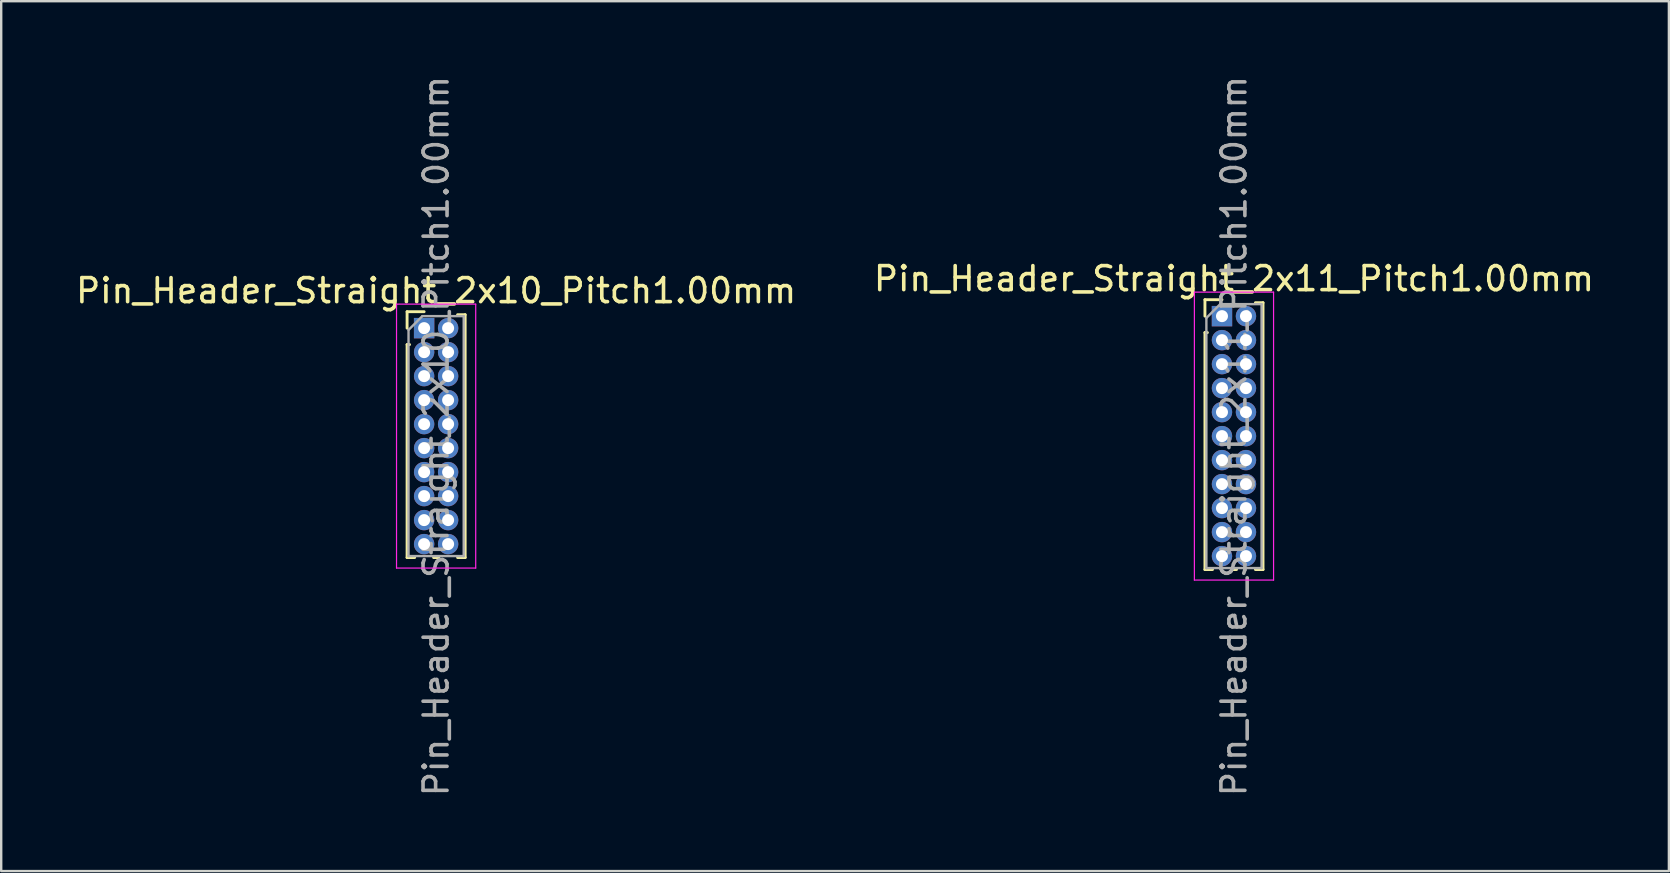
<source format=kicad_pcb>
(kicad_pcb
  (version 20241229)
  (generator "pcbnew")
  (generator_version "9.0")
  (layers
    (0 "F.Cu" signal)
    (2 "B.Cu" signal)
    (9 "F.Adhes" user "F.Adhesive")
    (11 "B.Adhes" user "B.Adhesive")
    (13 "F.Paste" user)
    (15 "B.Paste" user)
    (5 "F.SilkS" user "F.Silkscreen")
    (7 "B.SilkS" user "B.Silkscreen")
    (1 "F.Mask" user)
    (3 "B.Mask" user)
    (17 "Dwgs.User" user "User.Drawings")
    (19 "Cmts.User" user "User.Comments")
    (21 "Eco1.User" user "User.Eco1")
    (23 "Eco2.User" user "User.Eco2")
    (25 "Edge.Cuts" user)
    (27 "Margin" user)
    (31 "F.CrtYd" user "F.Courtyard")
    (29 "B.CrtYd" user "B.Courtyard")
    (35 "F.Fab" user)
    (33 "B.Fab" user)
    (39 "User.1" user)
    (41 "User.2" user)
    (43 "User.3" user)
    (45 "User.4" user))
  (footprint "Pin_Header_Straight_2x10_Pitch1.00mm"
    (layer "F.Cu")
    (at 14.625 10.625)
    (property "Reference" "Pin_Header_Straight_2x10_Pitch1.00mm" (at 0.5 -1.56 0) (layer "F.SilkS") (effects (font (size 1 1) (thickness 0.15))))
    (attr through_hole)
    (fp_line (start -0.71 -0.685) (end 0 -0.685) (stroke (width 0.12) (type solid)) (layer "F.SilkS"))
    (fp_line (start -0.71 0) (end -0.71 -0.685) (stroke (width 0.12) (type solid)) (layer "F.SilkS"))
    (fp_line (start -0.71 0.685) (end -0.71 9.56) (stroke (width 0.12) (type solid)) (layer "F.SilkS"))
    (fp_line (start -0.71 0.685) (end -0.608 0.685) (stroke (width 0.12) (type solid)) (layer "F.SilkS"))
    (fp_line (start -0.71 9.56) (end -0.394 9.56) (stroke (width 0.12) (type solid)) (layer "F.SilkS"))
    (fp_line (start 0.394 9.56) (end 0.606 9.56) (stroke (width 0.12) (type solid)) (layer "F.SilkS"))
    (fp_line (start 1.394 -0.56) (end 1.71 -0.56) (stroke (width 0.12) (type solid)) (layer "F.SilkS"))
    (fp_line (start 1.394 9.56) (end 1.71 9.56) (stroke (width 0.12) (type solid)) (layer "F.SilkS"))
    (fp_line (start 1.71 -0.56) (end 1.71 9.56) (stroke (width 0.12) (type solid)) (layer "F.SilkS"))
    (fp_line (start -1.15 -1) (end -1.15 10) (stroke (width 0.05) (type solid)) (layer "F.CrtYd"))
    (fp_line (start -1.15 10) (end 2.15 10) (stroke (width 0.05) (type solid)) (layer "F.CrtYd"))
    (fp_line (start 2.15 -1) (end -1.15 -1) (stroke (width 0.05) (type solid)) (layer "F.CrtYd"))
    (fp_line (start 2.15 10) (end 2.15 -1) (stroke (width 0.05) (type solid)) (layer "F.CrtYd"))
    (fp_line (start -0.65 0.075) (end -0.075 -0.5) (stroke (width 0.1) (type solid)) (layer "F.Fab"))
    (fp_line (start -0.65 9.5) (end -0.65 0.075) (stroke (width 0.1) (type solid)) (layer "F.Fab"))
    (fp_line (start -0.075 -0.5) (end 1.65 -0.5) (stroke (width 0.1) (type solid)) (layer "F.Fab"))
    (fp_line (start 1.65 -0.5) (end 1.65 9.5) (stroke (width 0.1) (type solid)) (layer "F.Fab"))
    (fp_line (start 1.65 9.5) (end -0.65 9.5) (stroke (width 0.1) (type solid)) (layer "F.Fab"))
    (fp_text user "${REFERENCE}" (at 0.5 4.5 90) (layer "F.Fab") (effects (font (size 1 1) (thickness 0.15))))
    (pad "1" thru_hole rect (at 0 0) (size 0.85 0.85) (drill 0.5) (layers "*.Cu" "*.Mask"))
    (pad "2" thru_hole oval (at 1 0) (size 0.85 0.85) (drill 0.5) (layers "*.Cu" "*.Mask"))
    (pad "3" thru_hole oval (at 0 1) (size 0.85 0.85) (drill 0.5) (layers "*.Cu" "*.Mask"))
    (pad "4" thru_hole oval (at 1 1) (size 0.85 0.85) (drill 0.5) (layers "*.Cu" "*.Mask"))
    (pad "5" thru_hole oval (at 0 2) (size 0.85 0.85) (drill 0.5) (layers "*.Cu" "*.Mask"))
    (pad "6" thru_hole oval (at 1 2) (size 0.85 0.85) (drill 0.5) (layers "*.Cu" "*.Mask"))
    (pad "7" thru_hole oval (at 0 3) (size 0.85 0.85) (drill 0.5) (layers "*.Cu" "*.Mask"))
    (pad "8" thru_hole oval (at 1 3) (size 0.85 0.85) (drill 0.5) (layers "*.Cu" "*.Mask"))
    (pad "9" thru_hole oval (at 0 4) (size 0.85 0.85) (drill 0.5) (layers "*.Cu" "*.Mask"))
    (pad "10" thru_hole oval (at 1 4) (size 0.85 0.85) (drill 0.5) (layers "*.Cu" "*.Mask"))
    (pad "11" thru_hole oval (at 0 5) (size 0.85 0.85) (drill 0.5) (layers "*.Cu" "*.Mask"))
    (pad "12" thru_hole oval (at 1 5) (size 0.85 0.85) (drill 0.5) (layers "*.Cu" "*.Mask"))
    (pad "13" thru_hole oval (at 0 6) (size 0.85 0.85) (drill 0.5) (layers "*.Cu" "*.Mask"))
    (pad "14" thru_hole oval (at 1 6) (size 0.85 0.85) (drill 0.5) (layers "*.Cu" "*.Mask"))
    (pad "15" thru_hole oval (at 0 7) (size 0.85 0.85) (drill 0.5) (layers "*.Cu" "*.Mask"))
    (pad "16" thru_hole oval (at 1 7) (size 0.85 0.85) (drill 0.5) (layers "*.Cu" "*.Mask"))
    (pad "17" thru_hole oval (at 0 8) (size 0.85 0.85) (drill 0.5) (layers "*.Cu" "*.Mask"))
    (pad "18" thru_hole oval (at 1 8) (size 0.85 0.85) (drill 0.5) (layers "*.Cu" "*.Mask"))
    (pad "19" thru_hole oval (at 0 9) (size 0.85 0.85) (drill 0.5) (layers "*.Cu" "*.Mask"))
    (pad "20" thru_hole oval (at 1 9) (size 0.85 0.85) (drill 0.5) (layers "*.Cu" "*.Mask")))
  (footprint "Pin_Header_Straight_2x11_Pitch1.00mm"
    (layer "F.Cu")
    (at 47.875 10.125)
    (property "Reference" "Pin_Header_Straight_2x11_Pitch1.00mm" (at 0.5 -1.56 0) (layer "F.SilkS") (effects (font (size 1 1) (thickness 0.15))))
    (attr through_hole)
    (fp_line (start -0.71 -0.685) (end 0 -0.685) (stroke (width 0.12) (type solid)) (layer "F.SilkS"))
    (fp_line (start -0.71 0) (end -0.71 -0.685) (stroke (width 0.12) (type solid)) (layer "F.SilkS"))
    (fp_line (start -0.71 0.685) (end -0.71 10.56) (stroke (width 0.12) (type solid)) (layer "F.SilkS"))
    (fp_line (start -0.71 0.685) (end -0.608 0.685) (stroke (width 0.12) (type solid)) (layer "F.SilkS"))
    (fp_line (start -0.71 10.56) (end -0.394 10.56) (stroke (width 0.12) (type solid)) (layer "F.SilkS"))
    (fp_line (start 0.394 10.56) (end 0.606 10.56) (stroke (width 0.12) (type solid)) (layer "F.SilkS"))
    (fp_line (start 1.394 -0.56) (end 1.71 -0.56) (stroke (width 0.12) (type solid)) (layer "F.SilkS"))
    (fp_line (start 1.394 10.56) (end 1.71 10.56) (stroke (width 0.12) (type solid)) (layer "F.SilkS"))
    (fp_line (start 1.71 -0.56) (end 1.71 10.56) (stroke (width 0.12) (type solid)) (layer "F.SilkS"))
    (fp_line (start -1.15 -1) (end -1.15 11) (stroke (width 0.05) (type solid)) (layer "F.CrtYd"))
    (fp_line (start -1.15 11) (end 2.15 11) (stroke (width 0.05) (type solid)) (layer "F.CrtYd"))
    (fp_line (start 2.15 -1) (end -1.15 -1) (stroke (width 0.05) (type solid)) (layer "F.CrtYd"))
    (fp_line (start 2.15 11) (end 2.15 -1) (stroke (width 0.05) (type solid)) (layer "F.CrtYd"))
    (fp_line (start -0.65 0.075) (end -0.075 -0.5) (stroke (width 0.1) (type solid)) (layer "F.Fab"))
    (fp_line (start -0.65 10.5) (end -0.65 0.075) (stroke (width 0.1) (type solid)) (layer "F.Fab"))
    (fp_line (start -0.075 -0.5) (end 1.65 -0.5) (stroke (width 0.1) (type solid)) (layer "F.Fab"))
    (fp_line (start 1.65 -0.5) (end 1.65 10.5) (stroke (width 0.1) (type solid)) (layer "F.Fab"))
    (fp_line (start 1.65 10.5) (end -0.65 10.5) (stroke (width 0.1) (type solid)) (layer "F.Fab"))
    (fp_text user "${REFERENCE}" (at 0.5 5 90) (layer "F.Fab") (effects (font (size 1 1) (thickness 0.15))))
    (pad "1" thru_hole rect (at 0 0) (size 0.85 0.85) (drill 0.5) (layers "*.Cu" "*.Mask"))
    (pad "2" thru_hole oval (at 1 0) (size 0.85 0.85) (drill 0.5) (layers "*.Cu" "*.Mask"))
    (pad "3" thru_hole oval (at 0 1) (size 0.85 0.85) (drill 0.5) (layers "*.Cu" "*.Mask"))
    (pad "4" thru_hole oval (at 1 1) (size 0.85 0.85) (drill 0.5) (layers "*.Cu" "*.Mask"))
    (pad "5" thru_hole oval (at 0 2) (size 0.85 0.85) (drill 0.5) (layers "*.Cu" "*.Mask"))
    (pad "6" thru_hole oval (at 1 2) (size 0.85 0.85) (drill 0.5) (layers "*.Cu" "*.Mask"))
    (pad "7" thru_hole oval (at 0 3) (size 0.85 0.85) (drill 0.5) (layers "*.Cu" "*.Mask"))
    (pad "8" thru_hole oval (at 1 3) (size 0.85 0.85) (drill 0.5) (layers "*.Cu" "*.Mask"))
    (pad "9" thru_hole oval (at 0 4) (size 0.85 0.85) (drill 0.5) (layers "*.Cu" "*.Mask"))
    (pad "10" thru_hole oval (at 1 4) (size 0.85 0.85) (drill 0.5) (layers "*.Cu" "*.Mask"))
    (pad "11" thru_hole oval (at 0 5) (size 0.85 0.85) (drill 0.5) (layers "*.Cu" "*.Mask"))
    (pad "12" thru_hole oval (at 1 5) (size 0.85 0.85) (drill 0.5) (layers "*.Cu" "*.Mask"))
    (pad "13" thru_hole oval (at 0 6) (size 0.85 0.85) (drill 0.5) (layers "*.Cu" "*.Mask"))
    (pad "14" thru_hole oval (at 1 6) (size 0.85 0.85) (drill 0.5) (layers "*.Cu" "*.Mask"))
    (pad "15" thru_hole oval (at 0 7) (size 0.85 0.85) (drill 0.5) (layers "*.Cu" "*.Mask"))
    (pad "16" thru_hole oval (at 1 7) (size 0.85 0.85) (drill 0.5) (layers "*.Cu" "*.Mask"))
    (pad "17" thru_hole oval (at 0 8) (size 0.85 0.85) (drill 0.5) (layers "*.Cu" "*.Mask"))
    (pad "18" thru_hole oval (at 1 8) (size 0.85 0.85) (drill 0.5) (layers "*.Cu" "*.Mask"))
    (pad "19" thru_hole oval (at 0 9) (size 0.85 0.85) (drill 0.5) (layers "*.Cu" "*.Mask"))
    (pad "20" thru_hole oval (at 1 9) (size 0.85 0.85) (drill 0.5) (layers "*.Cu" "*.Mask"))
    (pad "21" thru_hole oval (at 0 10) (size 0.85 0.85) (drill 0.5) (layers "*.Cu" "*.Mask"))
    (pad "22" thru_hole oval (at 1 10) (size 0.85 0.85) (drill 0.5) (layers "*.Cu" "*.Mask")))
  (gr_rect
    (start -3 -3)
    (end 66.5 33.25)
    (stroke (width 0.1) (type default))
    (fill no)
    (layer "Edge.Cuts")))
</source>
